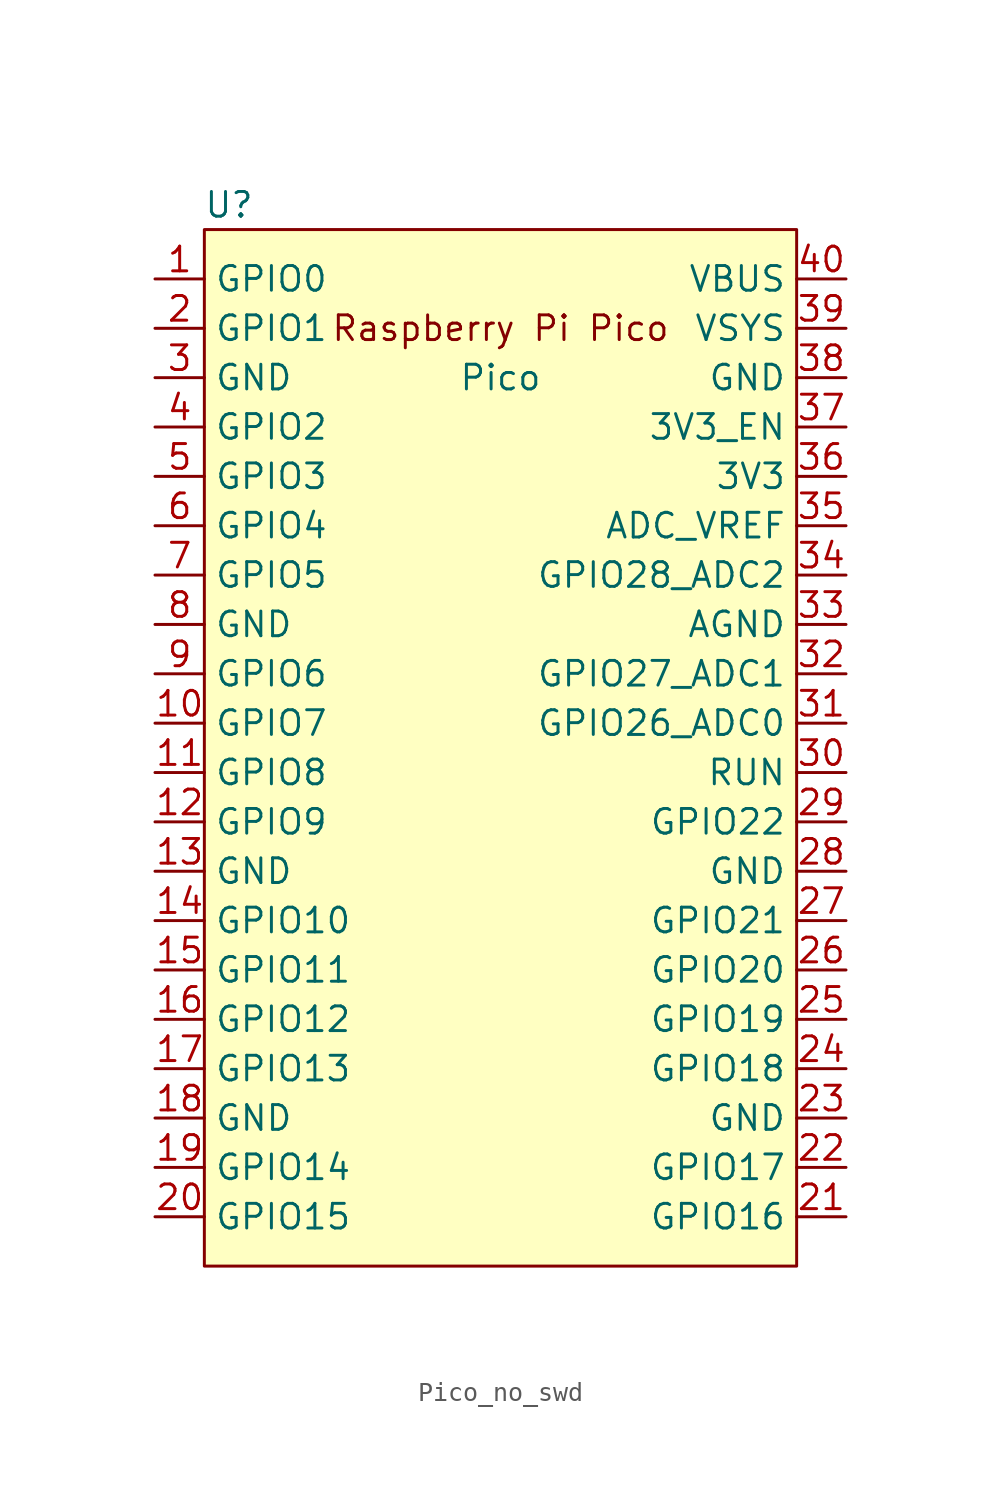
<source format=kicad_sym>
(kicad_symbol_lib
  (version 20220914)
  (generator kicad_symbol_editor)
  (symbol "Pico_no_swd"
    (property "Reference" "U"
      (at -13.97 27.94 0)
      (effects (font (size 1.27 1.27))))
    (property "Value" "Pico"
      (at 0 19.05 0)
      (effects (font (size 1.27 1.27))))
    (symbol "Pico_no_swd_0_0"
      (text "Raspberry Pi Pico" (at 0 21.59 0) (effects (font (size 1.27 1.27)))))
    (symbol "Pico_no_swd_0_1"
      (rectangle (start -15.24 26.67) (end 15.24 -26.67) (stroke (width 0) (type default)) (fill (type background))))
    (symbol "Pico_no_swd_1_1"
      (pin bidirectional line (at -17.78 24.13 0) (length 2.54) (name "GPIO0" (effects (font (size 1.27 1.27)))) (number "1" (effects (font (size 1.27 1.27)))))
      (pin bidirectional line (at -17.78 1.27 0) (length 2.54) (name "GPIO7" (effects (font (size 1.27 1.27)))) (number "10" (effects (font (size 1.27 1.27)))))
      (pin bidirectional line (at -17.78 -1.27 0) (length 2.54) (name "GPIO8" (effects (font (size 1.27 1.27)))) (number "11" (effects (font (size 1.27 1.27)))))
      (pin bidirectional line (at -17.78 -3.81 0) (length 2.54) (name "GPIO9" (effects (font (size 1.27 1.27)))) (number "12" (effects (font (size 1.27 1.27)))))
      (pin power_in line (at -17.78 -6.35 0) (length 2.54) (name "GND" (effects (font (size 1.27 1.27)))) (number "13" (effects (font (size 1.27 1.27)))))
      (pin bidirectional line (at -17.78 -8.89 0) (length 2.54) (name "GPIO10" (effects (font (size 1.27 1.27)))) (number "14" (effects (font (size 1.27 1.27)))))
      (pin bidirectional line (at -17.78 -11.43 0) (length 2.54) (name "GPIO11" (effects (font (size 1.27 1.27)))) (number "15" (effects (font (size 1.27 1.27)))))
      (pin bidirectional line (at -17.78 -13.97 0) (length 2.54) (name "GPIO12" (effects (font (size 1.27 1.27)))) (number "16" (effects (font (size 1.27 1.27)))))
      (pin bidirectional line (at -17.78 -16.51 0) (length 2.54) (name "GPIO13" (effects (font (size 1.27 1.27)))) (number "17" (effects (font (size 1.27 1.27)))))
      (pin power_in line (at -17.78 -19.05 0) (length 2.54) (name "GND" (effects (font (size 1.27 1.27)))) (number "18" (effects (font (size 1.27 1.27)))))
      (pin bidirectional line (at -17.78 -21.59 0) (length 2.54) (name "GPIO14" (effects (font (size 1.27 1.27)))) (number "19" (effects (font (size 1.27 1.27)))))
      (pin bidirectional line (at -17.78 21.59 0) (length 2.54) (name "GPIO1" (effects (font (size 1.27 1.27)))) (number "2" (effects (font (size 1.27 1.27)))))
      (pin bidirectional line (at -17.78 -24.13 0) (length 2.54) (name "GPIO15" (effects (font (size 1.27 1.27)))) (number "20" (effects (font (size 1.27 1.27)))))
      (pin bidirectional line (at 17.78 -24.13 180) (length 2.54) (name "GPIO16" (effects (font (size 1.27 1.27)))) (number "21" (effects (font (size 1.27 1.27)))))
      (pin bidirectional line (at 17.78 -21.59 180) (length 2.54) (name "GPIO17" (effects (font (size 1.27 1.27)))) (number "22" (effects (font (size 1.27 1.27)))))
      (pin power_in line (at 17.78 -19.05 180) (length 2.54) (name "GND" (effects (font (size 1.27 1.27)))) (number "23" (effects (font (size 1.27 1.27)))))
      (pin bidirectional line (at 17.78 -16.51 180) (length 2.54) (name "GPIO18" (effects (font (size 1.27 1.27)))) (number "24" (effects (font (size 1.27 1.27)))))
      (pin bidirectional line (at 17.78 -13.97 180) (length 2.54) (name "GPIO19" (effects (font (size 1.27 1.27)))) (number "25" (effects (font (size 1.27 1.27)))))
      (pin bidirectional line (at 17.78 -11.43 180) (length 2.54) (name "GPIO20" (effects (font (size 1.27 1.27)))) (number "26" (effects (font (size 1.27 1.27)))))
      (pin bidirectional line (at 17.78 -8.89 180) (length 2.54) (name "GPIO21" (effects (font (size 1.27 1.27)))) (number "27" (effects (font (size 1.27 1.27)))))
      (pin power_in line (at 17.78 -6.35 180) (length 2.54) (name "GND" (effects (font (size 1.27 1.27)))) (number "28" (effects (font (size 1.27 1.27)))))
      (pin bidirectional line (at 17.78 -3.81 180) (length 2.54) (name "GPIO22" (effects (font (size 1.27 1.27)))) (number "29" (effects (font (size 1.27 1.27)))))
      (pin power_in line (at -17.78 19.05 0) (length 2.54) (name "GND" (effects (font (size 1.27 1.27)))) (number "3" (effects (font (size 1.27 1.27)))))
      (pin input line (at 17.78 -1.27 180) (length 2.54) (name "RUN" (effects (font (size 1.27 1.27)))) (number "30" (effects (font (size 1.27 1.27)))))
      (pin bidirectional line (at 17.78 1.27 180) (length 2.54) (name "GPIO26_ADC0" (effects (font (size 1.27 1.27)))) (number "31" (effects (font (size 1.27 1.27)))))
      (pin bidirectional line (at 17.78 3.81 180) (length 2.54) (name "GPIO27_ADC1" (effects (font (size 1.27 1.27)))) (number "32" (effects (font (size 1.27 1.27)))))
      (pin power_in line (at 17.78 6.35 180) (length 2.54) (name "AGND" (effects (font (size 1.27 1.27)))) (number "33" (effects (font (size 1.27 1.27)))))
      (pin bidirectional line (at 17.78 8.89 180) (length 2.54) (name "GPIO28_ADC2" (effects (font (size 1.27 1.27)))) (number "34" (effects (font (size 1.27 1.27)))))
      (pin power_in line (at 17.78 11.43 180) (length 2.54) (name "ADC_VREF" (effects (font (size 1.27 1.27)))) (number "35" (effects (font (size 1.27 1.27)))))
      (pin power_in line (at 17.78 13.97 180) (length 2.54) (name "3V3" (effects (font (size 1.27 1.27)))) (number "36" (effects (font (size 1.27 1.27)))))
      (pin input line (at 17.78 16.51 180) (length 2.54) (name "3V3_EN" (effects (font (size 1.27 1.27)))) (number "37" (effects (font (size 1.27 1.27)))))
      (pin bidirectional line (at 17.78 19.05 180) (length 2.54) (name "GND" (effects (font (size 1.27 1.27)))) (number "38" (effects (font (size 1.27 1.27)))))
      (pin power_in line (at 17.78 21.59 180) (length 2.54) (name "VSYS" (effects (font (size 1.27 1.27)))) (number "39" (effects (font (size 1.27 1.27)))))
      (pin bidirectional line (at -17.78 16.51 0) (length 2.54) (name "GPIO2" (effects (font (size 1.27 1.27)))) (number "4" (effects (font (size 1.27 1.27)))))
      (pin power_in line (at 17.78 24.13 180) (length 2.54) (name "VBUS" (effects (font (size 1.27 1.27)))) (number "40" (effects (font (size 1.27 1.27)))))
      (pin bidirectional line (at -17.78 13.97 0) (length 2.54) (name "GPIO3" (effects (font (size 1.27 1.27)))) (number "5" (effects (font (size 1.27 1.27)))))
      (pin bidirectional line (at -17.78 11.43 0) (length 2.54) (name "GPIO4" (effects (font (size 1.27 1.27)))) (number "6" (effects (font (size 1.27 1.27)))))
      (pin bidirectional line (at -17.78 8.89 0) (length 2.54) (name "GPIO5" (effects (font (size 1.27 1.27)))) (number "7" (effects (font (size 1.27 1.27)))))
      (pin power_in line (at -17.78 6.35 0) (length 2.54) (name "GND" (effects (font (size 1.27 1.27)))) (number "8" (effects (font (size 1.27 1.27)))))
      (pin bidirectional line (at -17.78 3.81 0) (length 2.54) (name "GPIO6" (effects (font (size 1.27 1.27)))) (number "9" (effects (font (size 1.27 1.27))))))))
</source>
